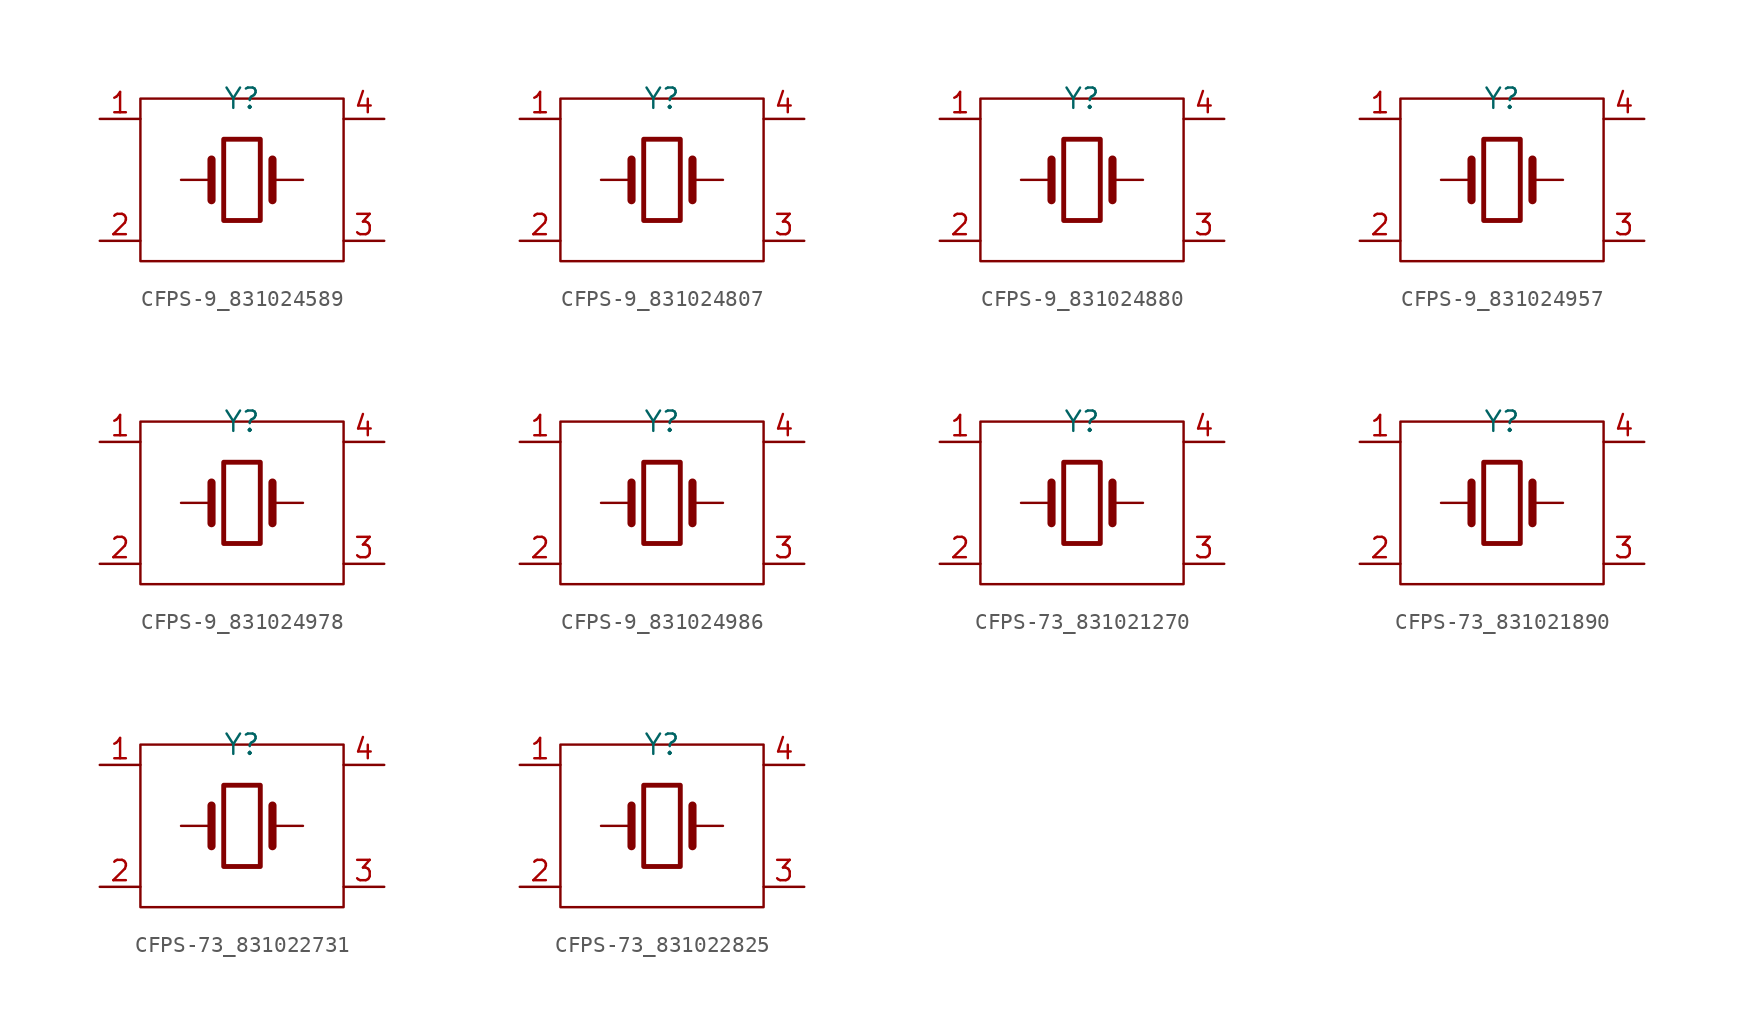
<source format=kicad_sym>
(kicad_symbol_lib
  (version 20220914)
  (generator kicad_symbol_editor)
  (symbol "CFPS-9_831024589"
    (pin_names hide)
    (property "Reference" "Y"
      (at 0 5.08 0)
      (effects (font (size 1.27 1.27))))
    (property "Critical Parameter" ""
      (at 0 -5.08 0)
      (effects (font (size 1.27 1.27)) (justify left)))
    (symbol "CFPS-9_831024589_0_1"
      (rectangle (start -6.35 5.08) (end 6.35 -5.08) (stroke (width 0) (type default)) (fill (type none)))
      (rectangle (start -1.143 2.54) (end 1.143 -2.54) (stroke (width 0.305) (type default)) (fill (type none)))
      (polyline (pts (xy -3.81 0) (xy -1.905 0)) (stroke (width 0) (type default)) (fill (type none)))
      (polyline (pts (xy -1.905 -1.27) (xy -1.905 1.27)) (stroke (width 0.508) (type default)) (fill (type none)))
      (polyline (pts (xy 1.905 -1.27) (xy 1.905 1.27)) (stroke (width 0.508) (type default)) (fill (type none)))
      (polyline (pts (xy 3.81 0) (xy 1.905 0)) (stroke (width 0) (type default)) (fill (type none))))
    (symbol "CFPS-9_831024589_1_1"
      (pin passive line (at -8.89 3.81 0) (length 2.54) (name "E/D" (effects (font (size 1.27 1.27)))) (number "1" (effects (font (size 1.27 1.27)))))
      (pin passive line (at -8.89 -3.81 0) (length 2.54) (name "GND" (effects (font (size 1.27 1.27)))) (number "2" (effects (font (size 1.27 1.27)))))
      (pin passive line (at 8.89 -3.81 180) (length 2.54) (name "OUT" (effects (font (size 1.27 1.27)))) (number "3" (effects (font (size 1.27 1.27)))))
      (pin passive line (at 8.89 3.81 180) (length 2.54) (name "+VS" (effects (font (size 1.27 1.27)))) (number "4" (effects (font (size 1.27 1.27)))))))
  (symbol "CFPS-9_831024807"
    (pin_names hide)
    (property "Reference" "Y"
      (at 0 5.08 0)
      (effects (font (size 1.27 1.27))))
    (property "Critical Parameter" ""
      (at 0 -5.08 0)
      (effects (font (size 1.27 1.27)) (justify left)))
    (symbol "CFPS-9_831024807_0_1"
      (rectangle (start -6.35 5.08) (end 6.35 -5.08) (stroke (width 0) (type default)) (fill (type none)))
      (rectangle (start -1.143 2.54) (end 1.143 -2.54) (stroke (width 0.305) (type default)) (fill (type none)))
      (polyline (pts (xy -3.81 0) (xy -1.905 0)) (stroke (width 0) (type default)) (fill (type none)))
      (polyline (pts (xy -1.905 -1.27) (xy -1.905 1.27)) (stroke (width 0.508) (type default)) (fill (type none)))
      (polyline (pts (xy 1.905 -1.27) (xy 1.905 1.27)) (stroke (width 0.508) (type default)) (fill (type none)))
      (polyline (pts (xy 3.81 0) (xy 1.905 0)) (stroke (width 0) (type default)) (fill (type none))))
    (symbol "CFPS-9_831024807_1_1"
      (pin passive line (at -8.89 3.81 0) (length 2.54) (name "E/D" (effects (font (size 1.27 1.27)))) (number "1" (effects (font (size 1.27 1.27)))))
      (pin passive line (at -8.89 -3.81 0) (length 2.54) (name "GND" (effects (font (size 1.27 1.27)))) (number "2" (effects (font (size 1.27 1.27)))))
      (pin passive line (at 8.89 -3.81 180) (length 2.54) (name "OUT" (effects (font (size 1.27 1.27)))) (number "3" (effects (font (size 1.27 1.27)))))
      (pin passive line (at 8.89 3.81 180) (length 2.54) (name "+VS" (effects (font (size 1.27 1.27)))) (number "4" (effects (font (size 1.27 1.27)))))))
  (symbol "CFPS-9_831024880"
    (pin_names hide)
    (property "Reference" "Y"
      (at 0 5.08 0)
      (effects (font (size 1.27 1.27))))
    (property "Critical Parameter" ""
      (at 0 -5.08 0)
      (effects (font (size 1.27 1.27)) (justify left)))
    (symbol "CFPS-9_831024880_0_1"
      (rectangle (start -6.35 5.08) (end 6.35 -5.08) (stroke (width 0) (type default)) (fill (type none)))
      (rectangle (start -1.143 2.54) (end 1.143 -2.54) (stroke (width 0.305) (type default)) (fill (type none)))
      (polyline (pts (xy -3.81 0) (xy -1.905 0)) (stroke (width 0) (type default)) (fill (type none)))
      (polyline (pts (xy -1.905 -1.27) (xy -1.905 1.27)) (stroke (width 0.508) (type default)) (fill (type none)))
      (polyline (pts (xy 1.905 -1.27) (xy 1.905 1.27)) (stroke (width 0.508) (type default)) (fill (type none)))
      (polyline (pts (xy 3.81 0) (xy 1.905 0)) (stroke (width 0) (type default)) (fill (type none))))
    (symbol "CFPS-9_831024880_1_1"
      (pin passive line (at -8.89 3.81 0) (length 2.54) (name "E/D" (effects (font (size 1.27 1.27)))) (number "1" (effects (font (size 1.27 1.27)))))
      (pin passive line (at -8.89 -3.81 0) (length 2.54) (name "GND" (effects (font (size 1.27 1.27)))) (number "2" (effects (font (size 1.27 1.27)))))
      (pin passive line (at 8.89 -3.81 180) (length 2.54) (name "OUT" (effects (font (size 1.27 1.27)))) (number "3" (effects (font (size 1.27 1.27)))))
      (pin passive line (at 8.89 3.81 180) (length 2.54) (name "+VS" (effects (font (size 1.27 1.27)))) (number "4" (effects (font (size 1.27 1.27)))))))
  (symbol "CFPS-9_831024957"
    (pin_names hide)
    (property "Reference" "Y"
      (at 0 5.08 0)
      (effects (font (size 1.27 1.27))))
    (property "Critical Parameter" ""
      (at 0 -5.08 0)
      (effects (font (size 1.27 1.27)) (justify left)))
    (symbol "CFPS-9_831024957_0_1"
      (rectangle (start -6.35 5.08) (end 6.35 -5.08) (stroke (width 0) (type default)) (fill (type none)))
      (rectangle (start -1.143 2.54) (end 1.143 -2.54) (stroke (width 0.305) (type default)) (fill (type none)))
      (polyline (pts (xy -3.81 0) (xy -1.905 0)) (stroke (width 0) (type default)) (fill (type none)))
      (polyline (pts (xy -1.905 -1.27) (xy -1.905 1.27)) (stroke (width 0.508) (type default)) (fill (type none)))
      (polyline (pts (xy 1.905 -1.27) (xy 1.905 1.27)) (stroke (width 0.508) (type default)) (fill (type none)))
      (polyline (pts (xy 3.81 0) (xy 1.905 0)) (stroke (width 0) (type default)) (fill (type none))))
    (symbol "CFPS-9_831024957_1_1"
      (pin passive line (at -8.89 3.81 0) (length 2.54) (name "E/D" (effects (font (size 1.27 1.27)))) (number "1" (effects (font (size 1.27 1.27)))))
      (pin passive line (at -8.89 -3.81 0) (length 2.54) (name "GND" (effects (font (size 1.27 1.27)))) (number "2" (effects (font (size 1.27 1.27)))))
      (pin passive line (at 8.89 -3.81 180) (length 2.54) (name "OUT" (effects (font (size 1.27 1.27)))) (number "3" (effects (font (size 1.27 1.27)))))
      (pin passive line (at 8.89 3.81 180) (length 2.54) (name "+VS" (effects (font (size 1.27 1.27)))) (number "4" (effects (font (size 1.27 1.27)))))))
  (symbol "CFPS-9_831024978"
    (pin_names hide)
    (property "Reference" "Y"
      (at 0 5.08 0)
      (effects (font (size 1.27 1.27))))
    (property "Critical Parameter" ""
      (at 0 -5.08 0)
      (effects (font (size 1.27 1.27)) (justify left)))
    (symbol "CFPS-9_831024978_0_1"
      (rectangle (start -6.35 5.08) (end 6.35 -5.08) (stroke (width 0) (type default)) (fill (type none)))
      (rectangle (start -1.143 2.54) (end 1.143 -2.54) (stroke (width 0.305) (type default)) (fill (type none)))
      (polyline (pts (xy -3.81 0) (xy -1.905 0)) (stroke (width 0) (type default)) (fill (type none)))
      (polyline (pts (xy -1.905 -1.27) (xy -1.905 1.27)) (stroke (width 0.508) (type default)) (fill (type none)))
      (polyline (pts (xy 1.905 -1.27) (xy 1.905 1.27)) (stroke (width 0.508) (type default)) (fill (type none)))
      (polyline (pts (xy 3.81 0) (xy 1.905 0)) (stroke (width 0) (type default)) (fill (type none))))
    (symbol "CFPS-9_831024978_1_1"
      (pin passive line (at -8.89 3.81 0) (length 2.54) (name "E/D" (effects (font (size 1.27 1.27)))) (number "1" (effects (font (size 1.27 1.27)))))
      (pin passive line (at -8.89 -3.81 0) (length 2.54) (name "GND" (effects (font (size 1.27 1.27)))) (number "2" (effects (font (size 1.27 1.27)))))
      (pin passive line (at 8.89 -3.81 180) (length 2.54) (name "OUT" (effects (font (size 1.27 1.27)))) (number "3" (effects (font (size 1.27 1.27)))))
      (pin passive line (at 8.89 3.81 180) (length 2.54) (name "+VS" (effects (font (size 1.27 1.27)))) (number "4" (effects (font (size 1.27 1.27)))))))
  (symbol "CFPS-9_831024986"
    (pin_names hide)
    (property "Reference" "Y"
      (at 0 5.08 0)
      (effects (font (size 1.27 1.27))))
    (property "Critical Parameter" ""
      (at 0 -5.08 0)
      (effects (font (size 1.27 1.27)) (justify left)))
    (symbol "CFPS-9_831024986_0_1"
      (rectangle (start -6.35 5.08) (end 6.35 -5.08) (stroke (width 0) (type default)) (fill (type none)))
      (rectangle (start -1.143 2.54) (end 1.143 -2.54) (stroke (width 0.305) (type default)) (fill (type none)))
      (polyline (pts (xy -3.81 0) (xy -1.905 0)) (stroke (width 0) (type default)) (fill (type none)))
      (polyline (pts (xy -1.905 -1.27) (xy -1.905 1.27)) (stroke (width 0.508) (type default)) (fill (type none)))
      (polyline (pts (xy 1.905 -1.27) (xy 1.905 1.27)) (stroke (width 0.508) (type default)) (fill (type none)))
      (polyline (pts (xy 3.81 0) (xy 1.905 0)) (stroke (width 0) (type default)) (fill (type none))))
    (symbol "CFPS-9_831024986_1_1"
      (pin passive line (at -8.89 3.81 0) (length 2.54) (name "E/D" (effects (font (size 1.27 1.27)))) (number "1" (effects (font (size 1.27 1.27)))))
      (pin passive line (at -8.89 -3.81 0) (length 2.54) (name "GND" (effects (font (size 1.27 1.27)))) (number "2" (effects (font (size 1.27 1.27)))))
      (pin passive line (at 8.89 -3.81 180) (length 2.54) (name "OUT" (effects (font (size 1.27 1.27)))) (number "3" (effects (font (size 1.27 1.27)))))
      (pin passive line (at 8.89 3.81 180) (length 2.54) (name "+VS" (effects (font (size 1.27 1.27)))) (number "4" (effects (font (size 1.27 1.27)))))))
  (symbol "CFPS-73_831021270"
    (pin_names hide)
    (property "Reference" "Y"
      (at 0 5.08 0)
      (effects (font (size 1.27 1.27))))
    (property "Critical Parameter" ""
      (at 0 -5.08 0)
      (effects (font (size 1.27 1.27)) (justify left)))
    (symbol "CFPS-73_831021270_0_1"
      (rectangle (start -6.35 5.08) (end 6.35 -5.08) (stroke (width 0) (type default)) (fill (type none)))
      (rectangle (start -1.143 2.54) (end 1.143 -2.54) (stroke (width 0.305) (type default)) (fill (type none)))
      (polyline (pts (xy -3.81 0) (xy -1.905 0)) (stroke (width 0) (type default)) (fill (type none)))
      (polyline (pts (xy -1.905 -1.27) (xy -1.905 1.27)) (stroke (width 0.508) (type default)) (fill (type none)))
      (polyline (pts (xy 1.905 -1.27) (xy 1.905 1.27)) (stroke (width 0.508) (type default)) (fill (type none)))
      (polyline (pts (xy 3.81 0) (xy 1.905 0)) (stroke (width 0) (type default)) (fill (type none))))
    (symbol "CFPS-73_831021270_1_1"
      (pin passive line (at -8.89 3.81 0) (length 2.54) (name "E/D" (effects (font (size 1.27 1.27)))) (number "1" (effects (font (size 1.27 1.27)))))
      (pin passive line (at -8.89 -3.81 0) (length 2.54) (name "GND" (effects (font (size 1.27 1.27)))) (number "2" (effects (font (size 1.27 1.27)))))
      (pin passive line (at 8.89 -3.81 180) (length 2.54) (name "OUT" (effects (font (size 1.27 1.27)))) (number "3" (effects (font (size 1.27 1.27)))))
      (pin passive line (at 8.89 3.81 180) (length 2.54) (name "+VS" (effects (font (size 1.27 1.27)))) (number "4" (effects (font (size 1.27 1.27)))))))
  (symbol "CFPS-73_831021890"
    (pin_names hide)
    (property "Reference" "Y"
      (at 0 5.08 0)
      (effects (font (size 1.27 1.27))))
    (property "Critical Parameter" ""
      (at 0 -5.08 0)
      (effects (font (size 1.27 1.27)) (justify left)))
    (symbol "CFPS-73_831021890_0_1"
      (rectangle (start -6.35 5.08) (end 6.35 -5.08) (stroke (width 0) (type default)) (fill (type none)))
      (rectangle (start -1.143 2.54) (end 1.143 -2.54) (stroke (width 0.305) (type default)) (fill (type none)))
      (polyline (pts (xy -3.81 0) (xy -1.905 0)) (stroke (width 0) (type default)) (fill (type none)))
      (polyline (pts (xy -1.905 -1.27) (xy -1.905 1.27)) (stroke (width 0.508) (type default)) (fill (type none)))
      (polyline (pts (xy 1.905 -1.27) (xy 1.905 1.27)) (stroke (width 0.508) (type default)) (fill (type none)))
      (polyline (pts (xy 3.81 0) (xy 1.905 0)) (stroke (width 0) (type default)) (fill (type none))))
    (symbol "CFPS-73_831021890_1_1"
      (pin passive line (at -8.89 3.81 0) (length 2.54) (name "E/D" (effects (font (size 1.27 1.27)))) (number "1" (effects (font (size 1.27 1.27)))))
      (pin passive line (at -8.89 -3.81 0) (length 2.54) (name "GND" (effects (font (size 1.27 1.27)))) (number "2" (effects (font (size 1.27 1.27)))))
      (pin passive line (at 8.89 -3.81 180) (length 2.54) (name "OUT" (effects (font (size 1.27 1.27)))) (number "3" (effects (font (size 1.27 1.27)))))
      (pin passive line (at 8.89 3.81 180) (length 2.54) (name "+VS" (effects (font (size 1.27 1.27)))) (number "4" (effects (font (size 1.27 1.27)))))))
  (symbol "CFPS-73_831022731"
    (pin_names hide)
    (property "Reference" "Y"
      (at 0 5.08 0)
      (effects (font (size 1.27 1.27))))
    (property "Critical Parameter" ""
      (at 0 -5.08 0)
      (effects (font (size 1.27 1.27)) (justify left)))
    (symbol "CFPS-73_831022731_0_1"
      (rectangle (start -6.35 5.08) (end 6.35 -5.08) (stroke (width 0) (type default)) (fill (type none)))
      (rectangle (start -1.143 2.54) (end 1.143 -2.54) (stroke (width 0.305) (type default)) (fill (type none)))
      (polyline (pts (xy -3.81 0) (xy -1.905 0)) (stroke (width 0) (type default)) (fill (type none)))
      (polyline (pts (xy -1.905 -1.27) (xy -1.905 1.27)) (stroke (width 0.508) (type default)) (fill (type none)))
      (polyline (pts (xy 1.905 -1.27) (xy 1.905 1.27)) (stroke (width 0.508) (type default)) (fill (type none)))
      (polyline (pts (xy 3.81 0) (xy 1.905 0)) (stroke (width 0) (type default)) (fill (type none))))
    (symbol "CFPS-73_831022731_1_1"
      (pin passive line (at -8.89 3.81 0) (length 2.54) (name "E/D" (effects (font (size 1.27 1.27)))) (number "1" (effects (font (size 1.27 1.27)))))
      (pin passive line (at -8.89 -3.81 0) (length 2.54) (name "GND" (effects (font (size 1.27 1.27)))) (number "2" (effects (font (size 1.27 1.27)))))
      (pin passive line (at 8.89 -3.81 180) (length 2.54) (name "OUT" (effects (font (size 1.27 1.27)))) (number "3" (effects (font (size 1.27 1.27)))))
      (pin passive line (at 8.89 3.81 180) (length 2.54) (name "+VS" (effects (font (size 1.27 1.27)))) (number "4" (effects (font (size 1.27 1.27)))))))
  (symbol "CFPS-73_831022825"
    (pin_names hide)
    (property "Reference" "Y"
      (at 0 5.08 0)
      (effects (font (size 1.27 1.27))))
    (property "Critical Parameter" ""
      (at 0 -5.08 0)
      (effects (font (size 1.27 1.27)) (justify left)))
    (symbol "CFPS-73_831022825_0_1"
      (rectangle (start -6.35 5.08) (end 6.35 -5.08) (stroke (width 0) (type default)) (fill (type none)))
      (rectangle (start -1.143 2.54) (end 1.143 -2.54) (stroke (width 0.305) (type default)) (fill (type none)))
      (polyline (pts (xy -3.81 0) (xy -1.905 0)) (stroke (width 0) (type default)) (fill (type none)))
      (polyline (pts (xy -1.905 -1.27) (xy -1.905 1.27)) (stroke (width 0.508) (type default)) (fill (type none)))
      (polyline (pts (xy 1.905 -1.27) (xy 1.905 1.27)) (stroke (width 0.508) (type default)) (fill (type none)))
      (polyline (pts (xy 3.81 0) (xy 1.905 0)) (stroke (width 0) (type default)) (fill (type none))))
    (symbol "CFPS-73_831022825_1_1"
      (pin passive line (at -8.89 3.81 0) (length 2.54) (name "E/D" (effects (font (size 1.27 1.27)))) (number "1" (effects (font (size 1.27 1.27)))))
      (pin passive line (at -8.89 -3.81 0) (length 2.54) (name "GND" (effects (font (size 1.27 1.27)))) (number "2" (effects (font (size 1.27 1.27)))))
      (pin passive line (at 8.89 -3.81 180) (length 2.54) (name "OUT" (effects (font (size 1.27 1.27)))) (number "3" (effects (font (size 1.27 1.27)))))
      (pin passive line (at 8.89 3.81 180) (length 2.54) (name "+VS" (effects (font (size 1.27 1.27)))) (number "4" (effects (font (size 1.27 1.27))))))))
</source>
